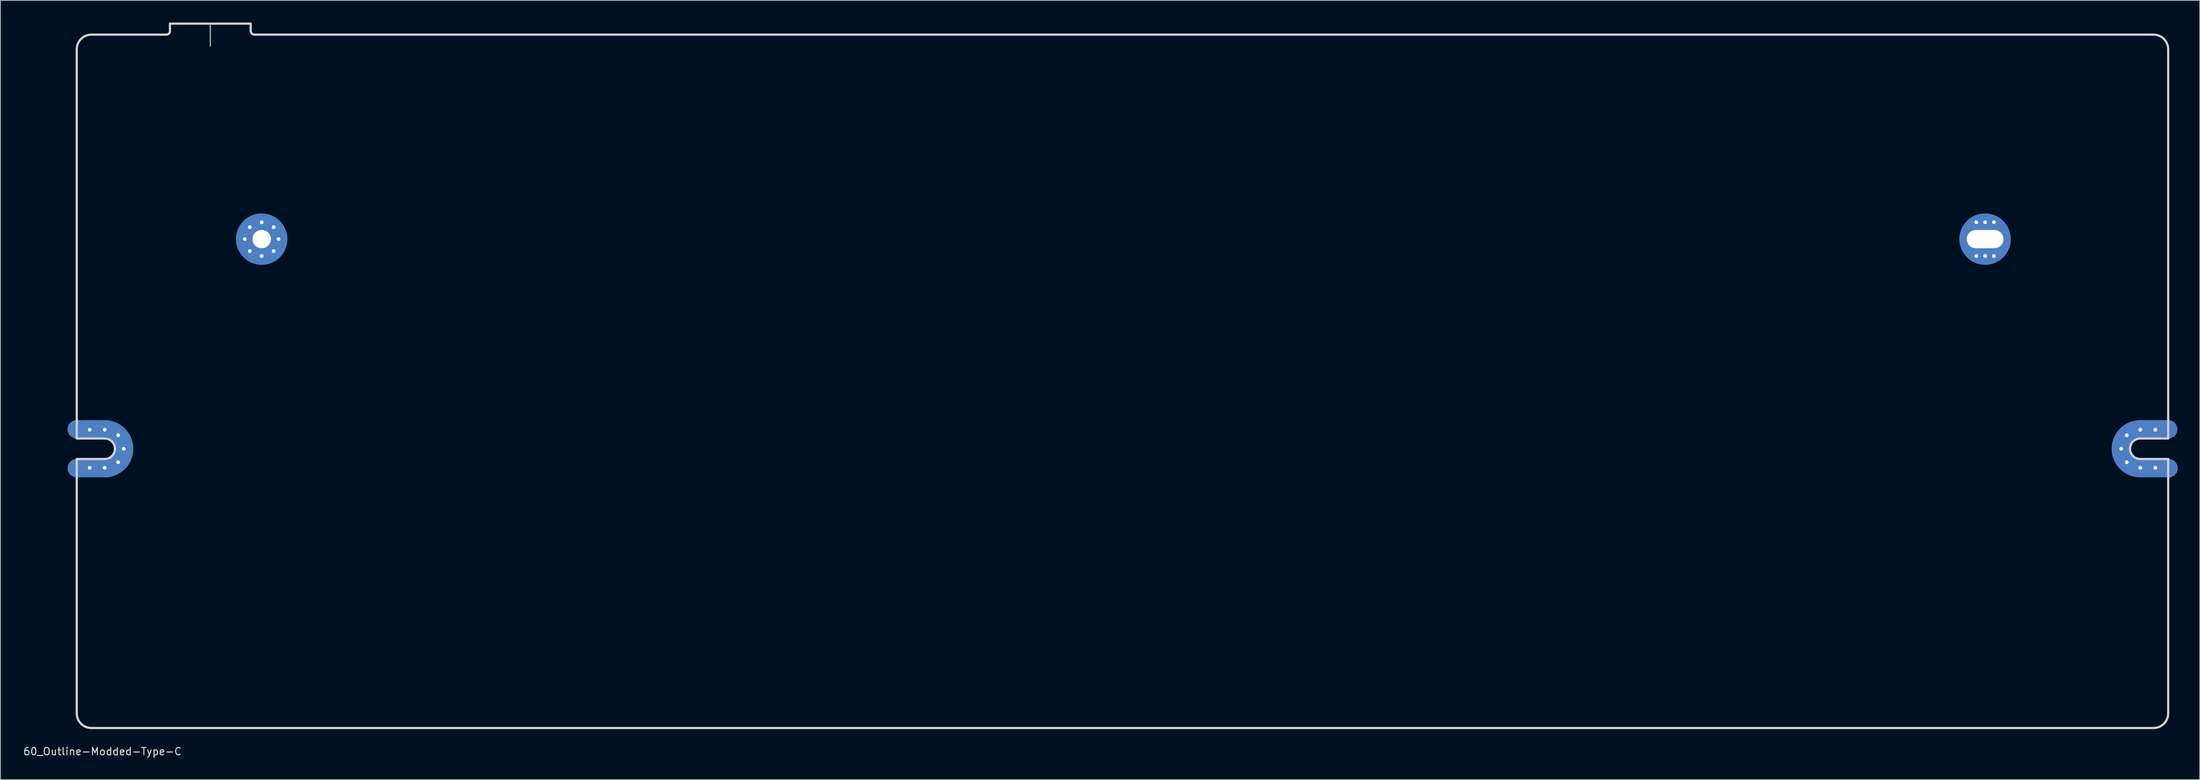
<source format=kicad_pcb>
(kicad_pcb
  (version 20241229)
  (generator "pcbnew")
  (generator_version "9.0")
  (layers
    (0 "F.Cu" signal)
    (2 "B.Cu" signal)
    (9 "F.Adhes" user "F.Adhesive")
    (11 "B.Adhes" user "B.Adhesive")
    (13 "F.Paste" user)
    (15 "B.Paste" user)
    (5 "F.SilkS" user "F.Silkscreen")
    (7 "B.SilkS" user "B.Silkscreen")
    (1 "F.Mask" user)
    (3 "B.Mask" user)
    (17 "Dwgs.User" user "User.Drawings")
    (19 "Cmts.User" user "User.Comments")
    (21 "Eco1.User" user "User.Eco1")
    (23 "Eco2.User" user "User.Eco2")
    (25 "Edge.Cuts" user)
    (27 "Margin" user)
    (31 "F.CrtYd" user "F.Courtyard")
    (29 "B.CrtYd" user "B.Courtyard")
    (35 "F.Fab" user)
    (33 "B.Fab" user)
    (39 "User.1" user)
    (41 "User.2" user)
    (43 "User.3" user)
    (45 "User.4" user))
  (footprint "60_Outline-Modded-Type-C"
    (layer "F.Cu")
    (at 149.911 48.975)
    (property "Reference" "60_Outline-Modded-Type-C" (at -139 50.5 0) (layer "Edge.Cuts") (effects (font (size 1 1) (thickness 0.15))))
    (attr through_hole)
    (fp_line (start -142.5 6.549) (end -138.7 6.549) (stroke (width 2.502) (type solid)) (layer "F.Cu"))
    (fp_line (start -142.5 11.851) (end -138.7 11.851) (stroke (width 2.502) (type solid)) (layer "F.Cu"))
    (fp_line (start 138.7 6.549) (end 142.5 6.549) (stroke (width 2.502) (type solid)) (layer "F.Cu"))
    (fp_line (start 138.7 11.851) (end 142.55 11.851) (stroke (width 2.502) (type solid)) (layer "F.Cu"))
    (fp_arc (start -138.7 6.54905) (mid -136.825495 7.325495) (end -136.04905 9.2) (stroke (width 2.5019) (type solid)) (layer "F.Cu"))
    (fp_arc (start -136.04905 9.2) (mid -136.825495 11.074505) (end -138.7 11.85095) (stroke (width 2.5019) (type solid)) (layer "F.Cu"))
    (fp_arc (start 136.04905 9.2) (mid 136.825495 7.325495) (end 138.7 6.54905) (stroke (width 2.5019) (type solid)) (layer "F.Cu"))
    (fp_arc (start 138.7 11.85095) (mid 136.825495 11.074505) (end 136.04905 9.2) (stroke (width 2.5019) (type solid)) (layer "F.Cu"))
    (fp_line (start -142.5 6.549) (end -138.7 6.549) (stroke (width 2.502) (type solid)) (layer "F.Mask"))
    (fp_line (start -142.5 11.851) (end -138.7 11.851) (stroke (width 2.502) (type solid)) (layer "F.Mask"))
    (fp_line (start 138.7 6.549) (end 142.5 6.549) (stroke (width 2.502) (type solid)) (layer "F.Mask"))
    (fp_line (start 138.7 11.851) (end 142.55 11.851) (stroke (width 2.502) (type solid)) (layer "F.Mask"))
    (fp_arc (start -138.7 6.54905) (mid -136.825495 7.325495) (end -136.04905 9.2) (stroke (width 2.5019) (type solid)) (layer "F.Mask"))
    (fp_arc (start -136.04905 9.2) (mid -136.825495 11.074505) (end -138.7 11.85095) (stroke (width 2.5019) (type solid)) (layer "F.Mask"))
    (fp_arc (start 136.04905 9.2) (mid 136.825495 7.325495) (end 138.7 6.54905) (stroke (width 2.5019) (type solid)) (layer "F.Mask"))
    (fp_arc (start 138.7 11.85095) (mid 136.825495 11.074505) (end 136.04905 9.2) (stroke (width 2.5019) (type solid)) (layer "F.Mask"))
    (fp_line (start -142.5 6.549) (end -138.7 6.549) (stroke (width 2.502) (type solid)) (layer "B.Cu"))
    (fp_line (start -142.5 11.851) (end -138.7 11.851) (stroke (width 2.502) (type solid)) (layer "B.Cu"))
    (fp_line (start 138.7 6.549) (end 142.5 6.549) (stroke (width 2.502) (type solid)) (layer "B.Cu"))
    (fp_line (start 138.7 11.851) (end 142.55 11.851) (stroke (width 2.502) (type solid)) (layer "B.Cu"))
    (fp_arc (start -138.7 6.54905) (mid -136.825495 7.325495) (end -136.04905 9.2) (stroke (width 2.5019) (type solid)) (layer "B.Cu"))
    (fp_arc (start -136.04905 9.2) (mid -136.825495 11.074505) (end -138.7 11.85095) (stroke (width 2.5019) (type solid)) (layer "B.Cu"))
    (fp_arc (start 136.04905 9.2) (mid 136.825495 7.325495) (end 138.7 6.54905) (stroke (width 2.5019) (type solid)) (layer "B.Cu"))
    (fp_arc (start 138.7 11.85095) (mid 136.825495 11.074505) (end 136.04905 9.2) (stroke (width 2.5019) (type solid)) (layer "B.Cu"))
    (fp_line (start -142.5 6.549) (end -138.7 6.549) (stroke (width 2.502) (type solid)) (layer "B.Mask"))
    (fp_line (start -142.5 11.851) (end -138.7 11.851) (stroke (width 2.502) (type solid)) (layer "B.Mask"))
    (fp_line (start 138.7 6.549) (end 142.5 6.549) (stroke (width 2.502) (type solid)) (layer "B.Mask"))
    (fp_line (start 138.7 11.851) (end 142.55 11.851) (stroke (width 2.502) (type solid)) (layer "B.Mask"))
    (fp_arc (start -138.7 6.54905) (mid -136.825495 7.325495) (end -136.04905 9.2) (stroke (width 2.5019) (type solid)) (layer "B.Mask"))
    (fp_arc (start -136.04905 9.2) (mid -136.825495 11.074505) (end -138.7 11.85095) (stroke (width 2.5019) (type solid)) (layer "B.Mask"))
    (fp_arc (start 136.04905 9.2) (mid 136.825495 7.325495) (end 138.7 6.54905) (stroke (width 2.5019) (type solid)) (layer "B.Mask"))
    (fp_arc (start 138.7 11.85095) (mid 136.825495 11.074505) (end 136.04905 9.2) (stroke (width 2.5019) (type solid)) (layer "B.Mask"))
    (fp_line (start -124.3 -48.9) (end -124.3 -45.75) (stroke (width 0.15) (type solid)) (layer "Dwgs.User"))
    (fp_line (start -142.5 7.8) (end -142.5 -45.3) (stroke (width 0.3) (type solid)) (layer "Edge.Cuts"))
    (fp_line (start -142.5 10.6) (end -138.7 10.6) (stroke (width 0.3) (type solid)) (layer "Edge.Cuts"))
    (fp_line (start -142.5 45.3) (end -142.5 10.6) (stroke (width 0.3) (type solid)) (layer "Edge.Cuts"))
    (fp_line (start -140.5 -47.3) (end -130.3 -47.3) (stroke (width 0.3) (type solid)) (layer "Edge.Cuts"))
    (fp_line (start -140.5 47.3) (end 140.5 47.3) (stroke (width 0.3) (type solid)) (layer "Edge.Cuts"))
    (fp_line (start -138.7 7.8) (end -142.5 7.8) (stroke (width 0.3) (type solid)) (layer "Edge.Cuts"))
    (fp_line (start -129.802 -47.805) (end -129.802 -48.8) (stroke (width 0.3) (type solid)) (layer "Edge.Cuts"))
    (fp_line (start -129.8 -48.8) (end -118.8 -48.8) (stroke (width 0.3) (type solid)) (layer "Edge.Cuts"))
    (fp_line (start -118.8 -47.8) (end -118.798 -48.8) (stroke (width 0.3) (type solid)) (layer "Edge.Cuts"))
    (fp_line (start 138.7 7.8) (end 142.5 7.8) (stroke (width 0.3) (type solid)) (layer "Edge.Cuts"))
    (fp_line (start 138.7 10.6) (end 142.5 10.6) (stroke (width 0.3) (type solid)) (layer "Edge.Cuts"))
    (fp_line (start 140.5 -47.3) (end -118.3 -47.3) (stroke (width 0.3) (type solid)) (layer "Edge.Cuts"))
    (fp_line (start 142.5 7.8) (end 142.5 -45.3) (stroke (width 0.3) (type solid)) (layer "Edge.Cuts"))
    (fp_line (start 142.5 10.6) (end 142.5 45.3) (stroke (width 0.3) (type solid)) (layer "Edge.Cuts"))
    (fp_arc (start -142.5 -45.3) (mid -141.914214 -46.714214) (end -140.5 -47.3) (stroke (width 0.3) (type solid)) (layer "Edge.Cuts"))
    (fp_arc (start -140.5 47.3) (mid -141.914214 46.714214) (end -142.5 45.3) (stroke (width 0.3) (type solid)) (layer "Edge.Cuts"))
    (fp_arc (start -138.7 7.8) (mid -137.710051 8.210051) (end -137.3 9.2) (stroke (width 0.3) (type solid)) (layer "Edge.Cuts"))
    (fp_arc (start -137.3 9.2) (mid -137.710051 10.189949) (end -138.7 10.6) (stroke (width 0.3) (type solid)) (layer "Edge.Cuts"))
    (fp_arc (start -129.8 -47.8) (mid -129.946447 -47.446447) (end -130.3 -47.3) (stroke (width 0.3) (type solid)) (layer "Edge.Cuts"))
    (fp_arc (start -118.3 -47.3) (mid -118.653553 -47.446447) (end -118.8 -47.8) (stroke (width 0.3) (type solid)) (layer "Edge.Cuts"))
    (fp_arc (start 137.3 9.2) (mid 137.710051 8.210051) (end 138.7 7.8) (stroke (width 0.3) (type solid)) (layer "Edge.Cuts"))
    (fp_arc (start 138.7 10.6) (mid 137.710051 10.189949) (end 137.3 9.2) (stroke (width 0.3) (type solid)) (layer "Edge.Cuts"))
    (fp_arc (start 140.5 -47.3) (mid 141.914214 -46.714214) (end 142.5 -45.3) (stroke (width 0.3) (type solid)) (layer "Edge.Cuts"))
    (fp_arc (start 142.5 45.3) (mid 141.914214 46.714214) (end 140.5 47.3) (stroke (width 0.3) (type solid)) (layer "Edge.Cuts"))
    (pad "1" thru_hole circle (at -140.742 6.6) (size 1 1) (drill 0.5) (layers "*.Cu" "*.Mask"))
    (pad "1" thru_hole circle (at -140.742 11.8) (size 1 1) (drill 0.5) (layers "*.Cu" "*.Mask"))
    (pad "1" thru_hole circle (at -138.7 6.6) (size 1 1) (drill 0.5) (layers "*.Cu" "*.Mask"))
    (pad "1" thru_hole circle (at -138.7 11.8) (size 1 1) (drill 0.5) (layers "*.Cu" "*.Mask"))
    (pad "1" thru_hole circle (at -136.862 7.362) (size 1 1) (drill 0.5) (layers "*.Cu" "*.Mask"))
    (pad "1" thru_hole circle (at -136.862 11.038) (size 1 1) (drill 0.5) (layers "*.Cu" "*.Mask"))
    (pad "1" thru_hole circle (at -136.1 9.2) (size 1 1) (drill 0.5) (layers "*.Cu" "*.Mask"))
    (pad "1" thru_hole circle (at -119.6 -19.4) (size 1 1) (drill 0.5) (layers "*.Cu" "*.Mask"))
    (pad "1" thru_hole circle (at -118.926 -21.026) (size 1 1) (drill 0.5) (layers "*.Cu" "*.Mask"))
    (pad "1" thru_hole circle (at -118.926 -17.774) (size 1 1) (drill 0.5) (layers "*.Cu" "*.Mask"))
    (pad "1" thru_hole circle (at -117.3 -21.7) (size 1 1) (drill 0.5) (layers "*.Cu" "*.Mask"))
    (pad "1" thru_hole circle (at -117.3 -19.4) (size 7.001 7.001) (drill 2.499) (layers "*.Cu" "*.Mask"))
    (pad "1" thru_hole circle (at -117.3 -17.1) (size 1 1) (drill 0.5) (layers "*.Cu" "*.Mask"))
    (pad "1" thru_hole circle (at -115.674 -21.026) (size 1 1) (drill 0.5) (layers "*.Cu" "*.Mask"))
    (pad "1" thru_hole circle (at -115.674 -17.774) (size 1 1) (drill 0.5) (layers "*.Cu" "*.Mask"))
    (pad "1" thru_hole circle (at -115 -19.4) (size 1 1) (drill 0.5) (layers "*.Cu" "*.Mask"))
    (pad "1" thru_hole circle (at 116.35 -21.7) (size 1 1) (drill 0.5) (layers "*.Cu" "*.Mask"))
    (pad "1" thru_hole circle (at 116.35 -17.1) (size 1 1) (drill 0.5) (layers "*.Cu" "*.Mask"))
    (pad "1" thru_hole circle (at 117.55 -21.7) (size 1 1) (drill 0.5) (layers "*.Cu" "*.Mask"))
    (pad "1" thru_hole circle (at 117.55 -19.4) (size 7 7) (drill oval 5.001 2.499) (layers "*.Cu" "*.Mask"))
    (pad "1" thru_hole circle (at 117.55 -17.1) (size 1 1) (drill 0.5) (layers "*.Cu" "*.Mask"))
    (pad "1" thru_hole circle (at 118.75 -21.717) (size 1 1) (drill 0.5) (layers "*.Cu" "*.Mask"))
    (pad "1" thru_hole circle (at 118.75 -17.1) (size 1 1) (drill 0.5) (layers "*.Cu" "*.Mask"))
    (pad "1" thru_hole circle (at 136.1 9.2) (size 1 1) (drill 0.5) (layers "*.Cu" "*.Mask"))
    (pad "1" thru_hole circle (at 136.862 7.362) (size 1 1) (drill 0.5) (layers "*.Cu" "*.Mask"))
    (pad "1" thru_hole circle (at 136.862 11.038) (size 1 1) (drill 0.5) (layers "*.Cu" "*.Mask"))
    (pad "1" thru_hole circle (at 138.7 6.6) (size 1 1) (drill 0.5) (layers "*.Cu" "*.Mask"))
    (pad "1" thru_hole circle (at 138.7 11.8) (size 1 1) (drill 0.5) (layers "*.Cu" "*.Mask"))
    (pad "1" thru_hole circle (at 140.742 6.6) (size 1 1) (drill 0.5) (layers "*.Cu" "*.Mask"))
    (pad "1" thru_hole circle (at 140.742 11.8) (size 1 1) (drill 0.5) (layers "*.Cu" "*.Mask")))
  (gr_rect
    (start -3 -3)
    (end 296.712 103.323)
    (stroke (width 0.1) (type default))
    (fill no)
    (layer "Edge.Cuts")))
</source>
